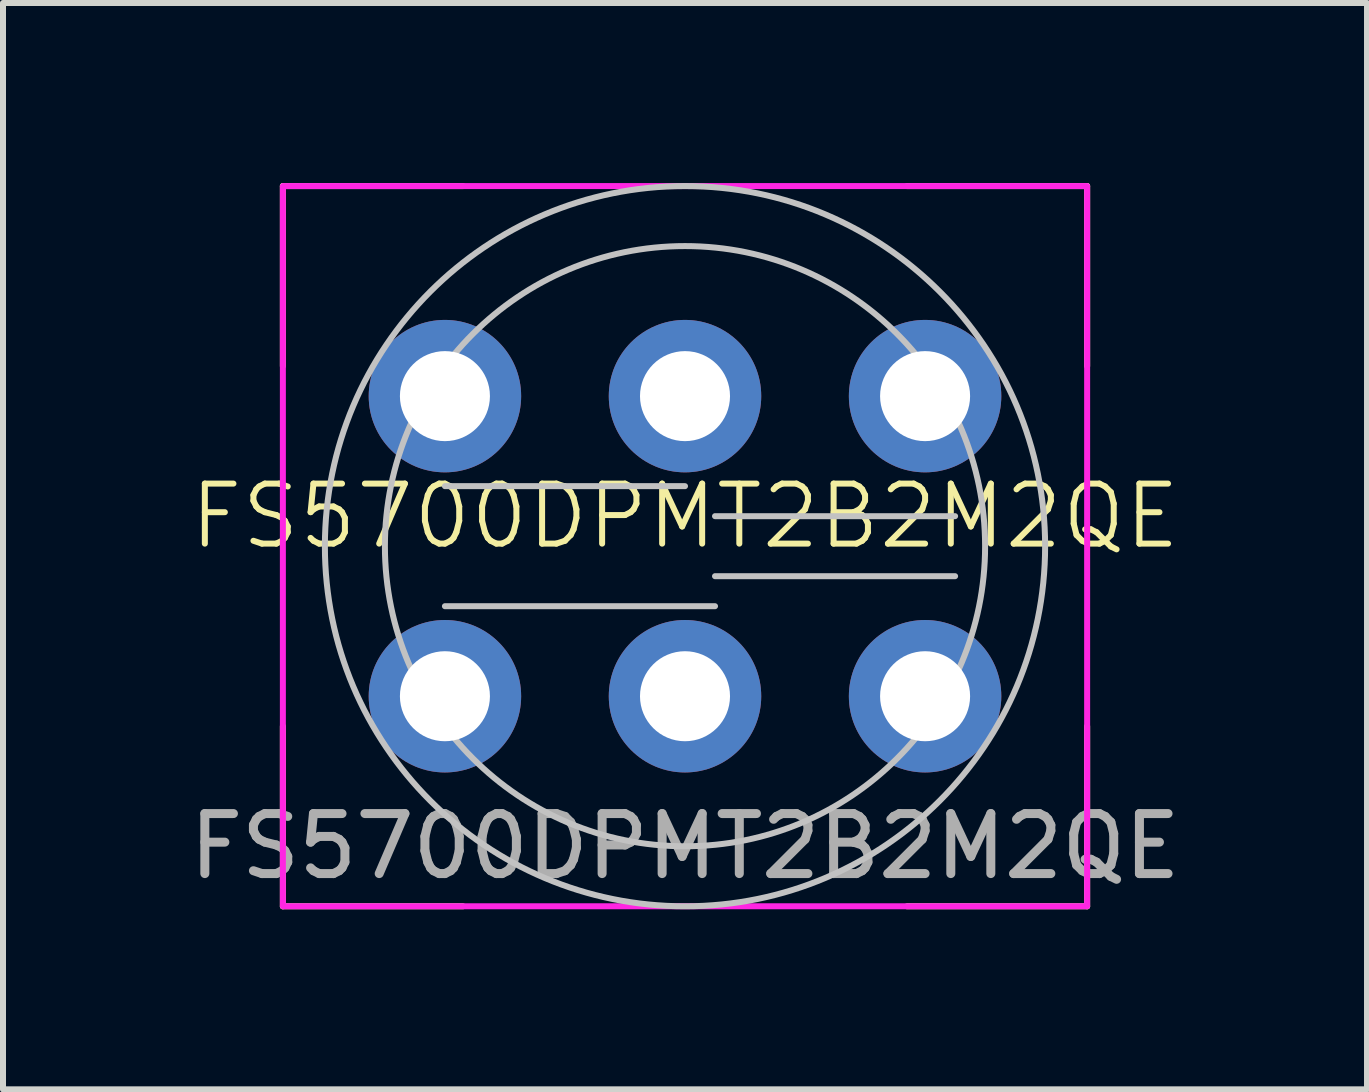
<source format=kicad_pcb>
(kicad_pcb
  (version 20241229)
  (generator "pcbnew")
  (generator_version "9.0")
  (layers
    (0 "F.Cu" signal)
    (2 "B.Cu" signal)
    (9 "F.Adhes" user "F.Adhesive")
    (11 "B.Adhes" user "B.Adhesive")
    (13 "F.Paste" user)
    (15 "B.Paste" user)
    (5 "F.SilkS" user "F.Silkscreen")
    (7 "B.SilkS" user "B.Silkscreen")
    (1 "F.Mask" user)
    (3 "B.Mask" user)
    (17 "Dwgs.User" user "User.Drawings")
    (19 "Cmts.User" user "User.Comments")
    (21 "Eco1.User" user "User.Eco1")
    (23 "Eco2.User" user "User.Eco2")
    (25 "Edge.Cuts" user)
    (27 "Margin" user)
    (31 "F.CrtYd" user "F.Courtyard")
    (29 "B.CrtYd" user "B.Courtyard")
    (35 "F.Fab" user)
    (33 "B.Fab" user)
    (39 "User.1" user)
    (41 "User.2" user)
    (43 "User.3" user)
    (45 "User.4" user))
  (footprint "FS5700DPMT2B2M2QE"
    (layer "F.Cu")
    (at 8.363 6.05)
    (property "Reference" "FS5700DPMT2B2M2QE" (at 0 -0.5 0) (unlocked yes) (layer "F.SilkS") (effects (font (size 1 1) (thickness 0.1))))
    (attr through_hole)
    (fp_line (start -6.7 -6) (end -6.7 -3) (stroke (width 0.1) (type solid)) (layer "F.SilkS"))
    (fp_line (start -6.7 -6) (end -3.7 -6) (stroke (width 0.1) (type solid)) (layer "F.SilkS"))
    (fp_line (start -6.7 3) (end -6.7 6) (stroke (width 0.1) (type solid)) (layer "F.SilkS"))
    (fp_line (start -6.7 6) (end -3.7 6) (stroke (width 0.1) (type solid)) (layer "F.SilkS"))
    (fp_line (start 3.7 -6) (end 6.7 -6) (stroke (width 0.1) (type solid)) (layer "F.SilkS"))
    (fp_line (start 6.7 -6) (end 6.7 -3) (stroke (width 0.1) (type solid)) (layer "F.SilkS"))
    (fp_line (start 6.7 3) (end 6.7 6) (stroke (width 0.1) (type solid)) (layer "F.SilkS"))
    (fp_line (start 6.7 6) (end 3.7 6) (stroke (width 0.1) (type solid)) (layer "F.SilkS"))
    (fp_line (start -4 -1) (end 0 -1) (stroke (width 0.1) (type default)) (layer "Dwgs.User"))
    (fp_line (start -4 1) (end 0.5 1) (stroke (width 0.1) (type default)) (layer "Dwgs.User"))
    (fp_line (start 0.5 -0.5) (end 4.5 -0.5) (stroke (width 0.1) (type default)) (layer "Dwgs.User"))
    (fp_line (start 0.5 0.5) (end 4.5 0.5) (stroke (width 0.1) (type default)) (layer "Dwgs.User"))
    (fp_circle (center 0 0) (end 0 -6) (stroke (width 0.1) (type solid)) (fill no) (layer "Dwgs.User"))
    (fp_circle (center 0 0) (end 0 -5) (stroke (width 0.1) (type solid)) (fill no) (layer "Dwgs.User"))
    (fp_rect (start -6.7 -6) (end 6.7 6) (stroke (width 0.1) (type solid)) (fill no) (layer "F.CrtYd"))
    (fp_text user "${REFERENCE}" (at 0 5 0) (unlocked yes) (layer "F.Fab") (effects (font (size 1 1) (thickness 0.15))))
    (pad "1" thru_hole circle (at -4 -2.5) (size 2.54 2.54) (drill 1.5) (layers "*.Cu" "*.Mask"))
    (pad "2" thru_hole circle (at 0 -2.5) (size 2.54 2.54) (drill 1.5) (layers "*.Cu" "*.Mask"))
    (pad "3" thru_hole circle (at 4 -2.5) (size 2.54 2.54) (drill 1.5) (layers "*.Cu" "*.Mask"))
    (pad "4" thru_hole circle (at -4 2.5) (size 2.54 2.54) (drill 1.5) (layers "*.Cu" "*.Mask"))
    (pad "5" thru_hole circle (at 0 2.5) (size 2.54 2.54) (drill 1.5) (layers "*.Cu" "*.Mask"))
    (pad "6" thru_hole circle (at 4 2.5) (size 2.54 2.54) (drill 1.5) (layers "*.Cu" "*.Mask")))
  (gr_rect
    (start -3 -3)
    (end 19.726 15.1)
    (stroke (width 0.1) (type default))
    (fill no)
    (layer "Edge.Cuts")))
</source>
